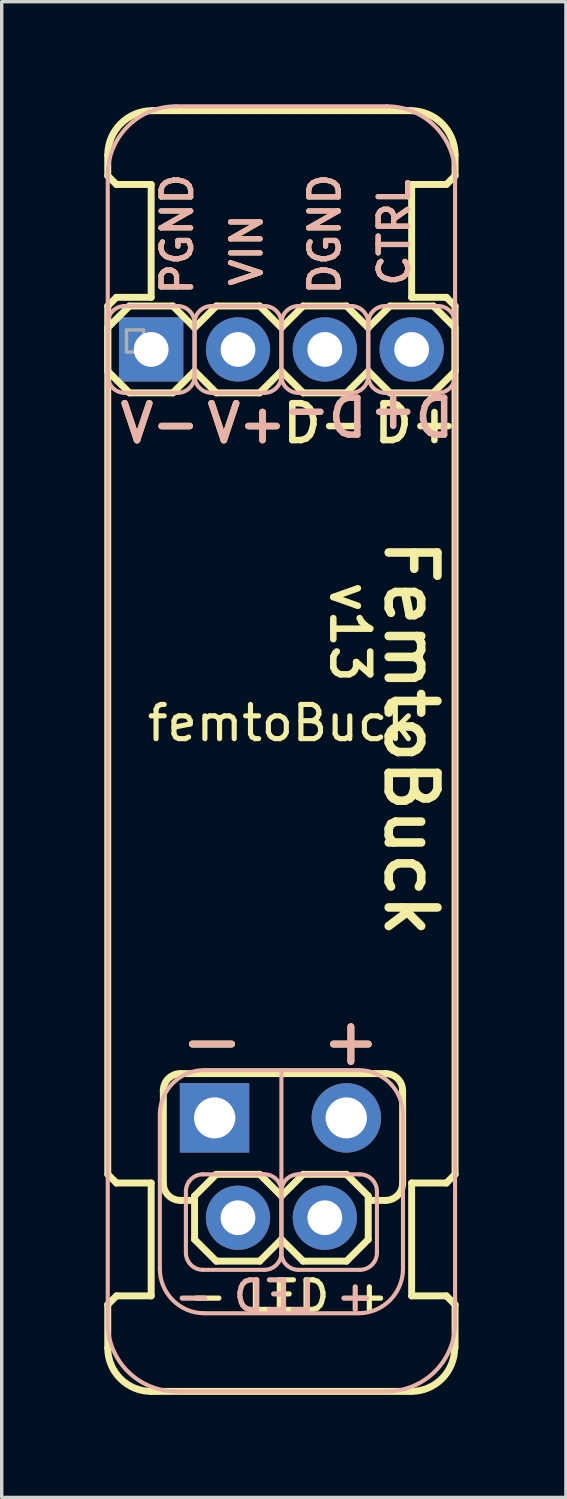
<source format=kicad_pcb>
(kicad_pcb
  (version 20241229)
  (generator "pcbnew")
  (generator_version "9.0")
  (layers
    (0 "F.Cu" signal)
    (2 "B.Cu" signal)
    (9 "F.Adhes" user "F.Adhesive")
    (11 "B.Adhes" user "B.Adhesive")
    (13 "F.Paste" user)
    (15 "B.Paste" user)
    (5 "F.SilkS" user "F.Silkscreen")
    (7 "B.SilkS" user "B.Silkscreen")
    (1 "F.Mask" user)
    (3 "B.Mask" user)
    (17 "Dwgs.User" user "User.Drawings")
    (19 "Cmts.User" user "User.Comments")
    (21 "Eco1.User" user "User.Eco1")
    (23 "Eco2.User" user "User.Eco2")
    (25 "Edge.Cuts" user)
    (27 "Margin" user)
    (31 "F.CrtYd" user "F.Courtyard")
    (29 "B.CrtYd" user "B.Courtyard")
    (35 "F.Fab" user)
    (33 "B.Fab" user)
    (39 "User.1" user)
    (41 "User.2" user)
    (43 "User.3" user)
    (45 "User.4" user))
  (footprint "femtoBuck"
    (layer "F.Cu")
    (at 5.182 18.602)
    (property "Reference" "femtoBuck" (at 0 -0.5 0) (unlocked yes) (layer "F.SilkS") (effects (font (size 1 1) (thickness 0.15))))
    (attr through_hole)
    (fp_line (start -5.08 -16.51) (end -5.08 -17.115) (stroke (width 0.203) (type solid)) (layer "F.SilkS"))
    (fp_line (start -5.08 -12.7) (end -4.826 -12.954) (stroke (width 0.203) (type solid)) (layer "F.SilkS"))
    (fp_line (start -5.08 -12.065) (end -5.08 -10.795) (stroke (width 0.203) (type solid)) (layer "F.SilkS"))
    (fp_line (start -5.08 -10.795) (end -4.445 -10.16) (stroke (width 0.203) (type solid)) (layer "F.SilkS"))
    (fp_line (start -5.08 12.7) (end -5.08 -12.7) (stroke (width 0.203) (type solid)) (layer "F.SilkS"))
    (fp_line (start -5.08 16.51) (end -5.08 17.78) (stroke (width 0.203) (type solid)) (layer "F.SilkS"))
    (fp_line (start -4.826 -16.256) (end -5.08 -16.51) (stroke (width 0.203) (type solid)) (layer "F.SilkS"))
    (fp_line (start -4.826 -12.954) (end -3.81 -12.954) (stroke (width 0.203) (type solid)) (layer "F.SilkS"))
    (fp_line (start -4.826 12.954) (end -5.075 12.705) (stroke (width 0.203) (type solid)) (layer "F.SilkS"))
    (fp_line (start -4.826 16.256) (end -5.08 16.51) (stroke (width 0.203) (type solid)) (layer "F.SilkS"))
    (fp_line (start -4.445 -12.7) (end -5.08 -12.065) (stroke (width 0.203) (type solid)) (layer "F.SilkS"))
    (fp_line (start -4.445 -12.7) (end -3.175 -12.7) (stroke (width 0.203) (type solid)) (layer "F.SilkS"))
    (fp_line (start -3.81 -16.256) (end -4.826 -16.256) (stroke (width 0.203) (type solid)) (layer "F.SilkS"))
    (fp_line (start -3.81 -12.954) (end -3.81 -16.256) (stroke (width 0.203) (type solid)) (layer "F.SilkS"))
    (fp_line (start -3.81 12.954) (end -4.826 12.954) (stroke (width 0.203) (type solid)) (layer "F.SilkS"))
    (fp_line (start -3.81 12.954) (end -3.81 16.256) (stroke (width 0.203) (type solid)) (layer "F.SilkS"))
    (fp_line (start -3.81 16.256) (end -4.826 16.256) (stroke (width 0.203) (type solid)) (layer "F.SilkS"))
    (fp_line (start -3.81 19.05) (end 3.797 19.05) (stroke (width 0.203) (type solid)) (layer "F.SilkS"))
    (fp_line (start -3.78 -18.415) (end 3.78 -18.415) (stroke (width 0.203) (type solid)) (layer "F.SilkS"))
    (fp_line (start -3.454 10.254) (end -3.454 12.962) (stroke (width 0.203) (type solid)) (layer "F.SilkS"))
    (fp_line (start -3.175 -12.7) (end -2.54 -12.065) (stroke (width 0.203) (type solid)) (layer "F.SilkS"))
    (fp_line (start -3.175 -10.16) (end -4.445 -10.16) (stroke (width 0.203) (type solid)) (layer "F.SilkS"))
    (fp_line (start -2.954 9.754) (end 3.046 9.754) (stroke (width 0.203) (type solid)) (layer "F.SilkS"))
    (fp_line (start -2.954 13.462) (end -2.54 13.462) (stroke (width 0.203) (type solid)) (layer "F.SilkS"))
    (fp_line (start -2.603 8.89) (end -1.46 8.89) (stroke (width 0.203) (type solid)) (layer "F.SilkS"))
    (fp_line (start -2.54 -12.065) (end -1.905 -12.7) (stroke (width 0.203) (type solid)) (layer "F.SilkS"))
    (fp_line (start -2.54 -10.795) (end -3.175 -10.16) (stroke (width 0.203) (type solid)) (layer "F.SilkS"))
    (fp_line (start -2.54 13.335) (end -1.905 12.7) (stroke (width 0.203) (type solid)) (layer "F.SilkS"))
    (fp_line (start -2.54 14.605) (end -2.54 13.335) (stroke (width 0.203) (type solid)) (layer "F.SilkS"))
    (fp_line (start -1.905 -12.7) (end -0.635 -12.7) (stroke (width 0.203) (type solid)) (layer "F.SilkS"))
    (fp_line (start -1.905 -10.16) (end -2.54 -10.795) (stroke (width 0.203) (type solid)) (layer "F.SilkS"))
    (fp_line (start -1.905 12.7) (end -0.635 12.7) (stroke (width 0.203) (type solid)) (layer "F.SilkS"))
    (fp_line (start -1.905 15.24) (end -2.54 14.605) (stroke (width 0.203) (type solid)) (layer "F.SilkS"))
    (fp_line (start -0.635 -12.7) (end 0 -12.065) (stroke (width 0.203) (type solid)) (layer "F.SilkS"))
    (fp_line (start -0.635 -10.16) (end -1.905 -10.16) (stroke (width 0.203) (type solid)) (layer "F.SilkS"))
    (fp_line (start -0.635 12.7) (end 0 13.335) (stroke (width 0.203) (type solid)) (layer "F.SilkS"))
    (fp_line (start -0.635 15.24) (end -1.905 15.24) (stroke (width 0.203) (type solid)) (layer "F.SilkS"))
    (fp_line (start 0 -12.065) (end 0.635 -12.7) (stroke (width 0.203) (type solid)) (layer "F.SilkS"))
    (fp_line (start 0 -10.795) (end -0.635 -10.16) (stroke (width 0.203) (type solid)) (layer "F.SilkS"))
    (fp_line (start 0 13.335) (end 0.635 12.7) (stroke (width 0.203) (type solid)) (layer "F.SilkS"))
    (fp_line (start 0 14.605) (end -0.635 15.24) (stroke (width 0.203) (type solid)) (layer "F.SilkS"))
    (fp_line (start 0.635 -12.7) (end 1.905 -12.7) (stroke (width 0.203) (type solid)) (layer "F.SilkS"))
    (fp_line (start 0.635 -10.16) (end 0 -10.795) (stroke (width 0.203) (type solid)) (layer "F.SilkS"))
    (fp_line (start 0.635 12.7) (end 1.905 12.7) (stroke (width 0.203) (type solid)) (layer "F.SilkS"))
    (fp_line (start 0.635 15.24) (end 0 14.605) (stroke (width 0.203) (type solid)) (layer "F.SilkS"))
    (fp_line (start 1.524 8.89) (end 2.54 8.89) (stroke (width 0.203) (type solid)) (layer "F.SilkS"))
    (fp_line (start 1.905 -12.7) (end 2.54 -12.065) (stroke (width 0.203) (type solid)) (layer "F.SilkS"))
    (fp_line (start 1.905 -10.16) (end 0.635 -10.16) (stroke (width 0.203) (type solid)) (layer "F.SilkS"))
    (fp_line (start 1.905 15.24) (end 0.635 15.24) (stroke (width 0.203) (type solid)) (layer "F.SilkS"))
    (fp_line (start 1.905 15.24) (end 2.54 14.605) (stroke (width 0.203) (type solid)) (layer "F.SilkS"))
    (fp_line (start 2.032 8.382) (end 2.032 9.398) (stroke (width 0.203) (type solid)) (layer "F.SilkS"))
    (fp_line (start 2.54 -10.795) (end 1.905 -10.16) (stroke (width 0.203) (type solid)) (layer "F.SilkS"))
    (fp_line (start 2.54 -10.795) (end 3.175 -10.16) (stroke (width 0.203) (type solid)) (layer "F.SilkS"))
    (fp_line (start 2.54 13.335) (end 1.905 12.7) (stroke (width 0.203) (type solid)) (layer "F.SilkS"))
    (fp_line (start 2.54 14.605) (end 2.54 13.335) (stroke (width 0.203) (type solid)) (layer "F.SilkS"))
    (fp_line (start 3.046 13.462) (end 2.54 13.462) (stroke (width 0.203) (type solid)) (layer "F.SilkS"))
    (fp_line (start 3.175 -12.7) (end 2.54 -12.065) (stroke (width 0.203) (type solid)) (layer "F.SilkS"))
    (fp_line (start 3.175 -12.7) (end 4.445 -12.7) (stroke (width 0.203) (type solid)) (layer "F.SilkS"))
    (fp_line (start 3.546 10.254) (end 3.546 12.962) (stroke (width 0.203) (type solid)) (layer "F.SilkS"))
    (fp_line (start 3.81 -16.256) (end 3.81 -12.954) (stroke (width 0.203) (type solid)) (layer "F.SilkS"))
    (fp_line (start 3.81 -12.954) (end 4.826 -12.954) (stroke (width 0.203) (type solid)) (layer "F.SilkS"))
    (fp_line (start 3.81 12.954) (end 3.81 16.256) (stroke (width 0.203) (type solid)) (layer "F.SilkS"))
    (fp_line (start 3.81 16.256) (end 4.826 16.256) (stroke (width 0.203) (type solid)) (layer "F.SilkS"))
    (fp_line (start 4.445 -12.7) (end 5.08 -12.065) (stroke (width 0.203) (type solid)) (layer "F.SilkS"))
    (fp_line (start 4.445 -10.16) (end 3.175 -10.16) (stroke (width 0.203) (type solid)) (layer "F.SilkS"))
    (fp_line (start 4.826 -16.256) (end 3.81 -16.256) (stroke (width 0.203) (type solid)) (layer "F.SilkS"))
    (fp_line (start 4.826 -12.954) (end 5.08 -12.7) (stroke (width 0.203) (type solid)) (layer "F.SilkS"))
    (fp_line (start 4.826 12.954) (end 3.81 12.954) (stroke (width 0.203) (type solid)) (layer "F.SilkS"))
    (fp_line (start 4.826 16.256) (end 5.08 16.51) (stroke (width 0.203) (type solid)) (layer "F.SilkS"))
    (fp_line (start 5.08 -17.115) (end 5.08 -16.51) (stroke (width 0.203) (type solid)) (layer "F.SilkS"))
    (fp_line (start 5.08 -16.51) (end 4.826 -16.256) (stroke (width 0.203) (type solid)) (layer "F.SilkS"))
    (fp_line (start 5.08 -12.7) (end 5.08 12.7) (stroke (width 0.203) (type solid)) (layer "F.SilkS"))
    (fp_line (start 5.08 -12.065) (end 5.08 -10.795) (stroke (width 0.203) (type solid)) (layer "F.SilkS"))
    (fp_line (start 5.08 -10.795) (end 4.445 -10.16) (stroke (width 0.203) (type solid)) (layer "F.SilkS"))
    (fp_line (start 5.08 12.7) (end 4.826 12.954) (stroke (width 0.203) (type solid)) (layer "F.SilkS"))
    (fp_line (start 5.08 16.51) (end 5.08 17.78) (stroke (width 0.203) (type solid)) (layer "F.SilkS"))
    (fp_arc (start -5.08 -17.115) (mid -4.699239 -18.034239) (end -3.78 -18.415) (stroke (width 0.2032) (type default)) (layer "F.SilkS"))
    (fp_arc (start -3.81 19.05) (mid -4.708026 18.678026) (end -5.08 17.78) (stroke (width 0.2032) (type solid)) (layer "F.SilkS"))
    (fp_arc (start -3.4544 10.2536) (mid -3.307953 9.900047) (end -2.9544 9.7536) (stroke (width 0.2032) (type default)) (layer "F.SilkS"))
    (fp_arc (start -2.9544 13.462) (mid -3.307953 13.315553) (end -3.4544 12.962) (stroke (width 0.2032) (type default)) (layer "F.SilkS"))
    (fp_arc (start 3.0456 9.7536) (mid 3.399153 9.900047) (end 3.5456 10.2536) (stroke (width 0.2032) (type default)) (layer "F.SilkS"))
    (fp_arc (start 3.5456 12.962) (mid 3.399153 13.315553) (end 3.0456 13.462) (stroke (width 0.2032) (type default)) (layer "F.SilkS"))
    (fp_arc (start 3.78 -18.415) (mid 4.699239 -18.034239) (end 5.08 -17.115) (stroke (width 0.2032) (type default)) (layer "F.SilkS"))
    (fp_arc (start 5.0675 17.78) (mid 4.695526 18.678026) (end 3.7975 19.05) (stroke (width 0.2032) (type solid)) (layer "F.SilkS"))
    (fp_line (start -5.08 -10.66) (end -5.08 -12.2) (stroke (width 0.12) (type default)) (layer "B.SilkS"))
    (fp_line (start -5.08 17.05) (end -5.08 -16.542) (stroke (width 0.12) (type default)) (layer "B.SilkS"))
    (fp_line (start -4.58 -12.7) (end -3.04 -12.7) (stroke (width 0.12) (type default)) (layer "B.SilkS"))
    (fp_line (start -3.556 15.464) (end -3.556 10.952) (stroke (width 0.12) (type default)) (layer "B.SilkS"))
    (fp_line (start -3.08 -18.542) (end 3.08 -18.542) (stroke (width 0.12) (type default)) (layer "B.SilkS"))
    (fp_line (start -3.04 -10.16) (end -4.58 -10.16) (stroke (width 0.12) (type default)) (layer "B.SilkS"))
    (fp_line (start -2.794 14.994) (end -2.794 13.2) (stroke (width 0.12) (type default)) (layer "B.SilkS"))
    (fp_line (start -2.54 -12.2) (end -2.54 -10.66) (stroke (width 0.12) (type default)) (layer "B.SilkS"))
    (fp_line (start -2.54 -10.66) (end -2.54 -12.2) (stroke (width 0.12) (type default)) (layer "B.SilkS"))
    (fp_line (start -2.294 12.7) (end -0.5 12.7) (stroke (width 0.12) (type default)) (layer "B.SilkS"))
    (fp_line (start -2.256 9.652) (end 2.256 9.652) (stroke (width 0.12) (type default)) (layer "B.SilkS"))
    (fp_line (start -2.04 -12.7) (end -0.5 -12.7) (stroke (width 0.12) (type default)) (layer "B.SilkS"))
    (fp_line (start -1.46 8.89) (end -2.603 8.89) (stroke (width 0.203) (type solid)) (layer "B.SilkS"))
    (fp_line (start -0.5 -10.16) (end -2.04 -10.16) (stroke (width 0.12) (type default)) (layer "B.SilkS"))
    (fp_line (start -0.5 15.494) (end -2.294 15.494) (stroke (width 0.12) (type default)) (layer "B.SilkS"))
    (fp_line (start 0 -12.2) (end 0 -10.66) (stroke (width 0.12) (type default)) (layer "B.SilkS"))
    (fp_line (start 0 -10.66) (end 0 -12.2) (stroke (width 0.12) (type default)) (layer "B.SilkS"))
    (fp_line (start 0 9.652) (end 0 13.208) (stroke (width 0.12) (type default)) (layer "B.SilkS"))
    (fp_line (start 0 13.2) (end 0 14.994) (stroke (width 0.12) (type default)) (layer "B.SilkS"))
    (fp_line (start 0 14.994) (end 0 13.2) (stroke (width 0.12) (type default)) (layer "B.SilkS"))
    (fp_line (start 0.5 -12.7) (end 2.04 -12.7) (stroke (width 0.12) (type default)) (layer "B.SilkS"))
    (fp_line (start 0.5 12.7) (end 2.294 12.7) (stroke (width 0.12) (type default)) (layer "B.SilkS"))
    (fp_line (start 2.032 8.382) (end 2.032 9.398) (stroke (width 0.203) (type solid)) (layer "B.SilkS"))
    (fp_line (start 2.04 -10.16) (end 0.5 -10.16) (stroke (width 0.12) (type default)) (layer "B.SilkS"))
    (fp_line (start 2.256 16.764) (end -2.256 16.764) (stroke (width 0.12) (type default)) (layer "B.SilkS"))
    (fp_line (start 2.294 15.494) (end 0.5 15.494) (stroke (width 0.12) (type default)) (layer "B.SilkS"))
    (fp_line (start 2.54 -12.2) (end 2.54 -10.66) (stroke (width 0.12) (type default)) (layer "B.SilkS"))
    (fp_line (start 2.54 -10.66) (end 2.54 -12.2) (stroke (width 0.12) (type default)) (layer "B.SilkS"))
    (fp_line (start 2.54 8.89) (end 1.524 8.89) (stroke (width 0.203) (type solid)) (layer "B.SilkS"))
    (fp_line (start 2.794 13.2) (end 2.794 14.994) (stroke (width 0.12) (type default)) (layer "B.SilkS"))
    (fp_line (start 3.04 -12.7) (end 4.58 -12.7) (stroke (width 0.12) (type default)) (layer "B.SilkS"))
    (fp_line (start 3.08 19.05) (end -3.08 19.05) (stroke (width 0.12) (type default)) (layer "B.SilkS"))
    (fp_line (start 3.556 10.952) (end 3.556 15.464) (stroke (width 0.12) (type default)) (layer "B.SilkS"))
    (fp_line (start 4.58 -10.16) (end 3.04 -10.16) (stroke (width 0.12) (type default)) (layer "B.SilkS"))
    (fp_line (start 5.08 -16.542) (end 5.08 17.05) (stroke (width 0.12) (type default)) (layer "B.SilkS"))
    (fp_line (start 5.08 -12.2) (end 5.08 -10.66) (stroke (width 0.12) (type default)) (layer "B.SilkS"))
    (fp_arc (start -5.08 -16.542) (mid -4.494214 -17.956214) (end -3.08 -18.542) (stroke (width 0.12) (type default)) (layer "B.SilkS"))
    (fp_arc (start -5.08 -12.2) (mid -4.933553 -12.553553) (end -4.58 -12.7) (stroke (width 0.12) (type default)) (layer "B.SilkS"))
    (fp_arc (start -4.58 -10.16) (mid -4.933553 -10.306447) (end -5.08 -10.66) (stroke (width 0.12) (type default)) (layer "B.SilkS"))
    (fp_arc (start -3.556 10.952) (mid -3.175239 10.032761) (end -2.256 9.652) (stroke (width 0.12) (type default)) (layer "B.SilkS"))
    (fp_arc (start -3.08 19.05) (mid -4.494214 18.464214) (end -5.08 17.05) (stroke (width 0.12) (type default)) (layer "B.SilkS"))
    (fp_arc (start -3.04 -12.7) (mid -2.686447 -12.553553) (end -2.54 -12.2) (stroke (width 0.12) (type default)) (layer "B.SilkS"))
    (fp_arc (start -2.794 13.2) (mid -2.647553 12.846447) (end -2.294 12.7) (stroke (width 0.12) (type default)) (layer "B.SilkS"))
    (fp_arc (start -2.54 -12.2) (mid -2.393553 -12.553553) (end -2.04 -12.7) (stroke (width 0.12) (type default)) (layer "B.SilkS"))
    (fp_arc (start -2.54 -10.66) (mid -2.686447 -10.306447) (end -3.04 -10.16) (stroke (width 0.12) (type default)) (layer "B.SilkS"))
    (fp_arc (start -2.294 15.494) (mid -2.647553 15.347553) (end -2.794 14.994) (stroke (width 0.12) (type default)) (layer "B.SilkS"))
    (fp_arc (start -2.256 16.764) (mid -3.175239 16.383239) (end -3.556 15.464) (stroke (width 0.12) (type default)) (layer "B.SilkS"))
    (fp_arc (start -2.04 -10.16) (mid -2.393553 -10.306447) (end -2.54 -10.66) (stroke (width 0.12) (type default)) (layer "B.SilkS"))
    (fp_arc (start -0.5 -12.7) (mid -0.146447 -12.553553) (end 0 -12.2) (stroke (width 0.12) (type default)) (layer "B.SilkS"))
    (fp_arc (start -0.5 12.7) (mid -0.146447 12.846447) (end 0 13.2) (stroke (width 0.12) (type default)) (layer "B.SilkS"))
    (fp_arc (start 0 -12.2) (mid 0.146447 -12.553553) (end 0.5 -12.7) (stroke (width 0.12) (type default)) (layer "B.SilkS"))
    (fp_arc (start 0 -10.66) (mid -0.146447 -10.306447) (end -0.5 -10.16) (stroke (width 0.12) (type default)) (layer "B.SilkS"))
    (fp_arc (start 0 13.2) (mid 0.146447 12.846447) (end 0.5 12.7) (stroke (width 0.12) (type default)) (layer "B.SilkS"))
    (fp_arc (start 0 14.994) (mid -0.146447 15.347553) (end -0.5 15.494) (stroke (width 0.12) (type default)) (layer "B.SilkS"))
    (fp_arc (start 0.5 -10.16) (mid 0.146447 -10.306447) (end 0 -10.66) (stroke (width 0.12) (type default)) (layer "B.SilkS"))
    (fp_arc (start 0.5 15.494) (mid 0.146447 15.347553) (end 0 14.994) (stroke (width 0.12) (type default)) (layer "B.SilkS"))
    (fp_arc (start 2.04 -12.7) (mid 2.393553 -12.553553) (end 2.54 -12.2) (stroke (width 0.12) (type default)) (layer "B.SilkS"))
    (fp_arc (start 2.256 9.652) (mid 3.175239 10.032761) (end 3.556 10.952) (stroke (width 0.12) (type default)) (layer "B.SilkS"))
    (fp_arc (start 2.294 12.7) (mid 2.647553 12.846447) (end 2.794 13.2) (stroke (width 0.12) (type default)) (layer "B.SilkS"))
    (fp_arc (start 2.54 -12.2) (mid 2.686447 -12.553553) (end 3.04 -12.7) (stroke (width 0.12) (type default)) (layer "B.SilkS"))
    (fp_arc (start 2.54 -10.66) (mid 2.393553 -10.306447) (end 2.04 -10.16) (stroke (width 0.12) (type default)) (layer "B.SilkS"))
    (fp_arc (start 2.794 14.994) (mid 2.647553 15.347553) (end 2.294 15.494) (stroke (width 0.12) (type default)) (layer "B.SilkS"))
    (fp_arc (start 3.04 -10.16) (mid 2.686447 -10.306447) (end 2.54 -10.66) (stroke (width 0.12) (type default)) (layer "B.SilkS"))
    (fp_arc (start 3.08 -18.542) (mid 4.494214 -17.956214) (end 5.08 -16.542) (stroke (width 0.12) (type default)) (layer "B.SilkS"))
    (fp_arc (start 3.556 15.464) (mid 3.175239 16.383239) (end 2.256 16.764) (stroke (width 0.12) (type default)) (layer "B.SilkS"))
    (fp_arc (start 4.58 -12.7) (mid 4.933553 -12.553553) (end 5.08 -12.2) (stroke (width 0.12) (type default)) (layer "B.SilkS"))
    (fp_arc (start 5.08 -10.66) (mid 4.933553 -10.306447) (end 4.58 -10.16) (stroke (width 0.12) (type default)) (layer "B.SilkS"))
    (fp_arc (start 5.08 17.05) (mid 4.494214 18.464214) (end 3.08 19.05) (stroke (width 0.12) (type default)) (layer "B.SilkS"))
    (fp_circle (center -1.778 11.049) (end -1.346 11.049) (stroke (width 0.025) (type solid)) (fill no) (layer "F.Fab"))
    (fp_circle (center 1.722 11.049) (end 2.154 11.049) (stroke (width 0.025) (type solid)) (fill no) (layer "F.Fab"))
    (fp_poly (pts (xy -4.532 -11.352) (xy -4.032 -11.352) (xy -4.032 -12.002) (xy -4.532 -12.002)) (stroke (width 0.1) (type default)) (fill no) (layer "F.Fab"))
    (fp_text user "VIN" (at -1.016 -13.208 90) (unlocked yes) (layer "F.SilkS") (effects (font (size 0.864 0.864) (thickness 0.152)) (justify left)))
    (fp_text user "FemtoBuck" (at 3.785 -5.994 270) (unlocked yes) (layer "F.SilkS") (effects (font (size 1.425 1.425) (thickness 0.251)) (justify left)))
    (fp_text user "PGND" (at -3.048 -12.954 90) (unlocked yes) (layer "F.SilkS") (effects (font (size 0.864 0.864) (thickness 0.152)) (justify left)))
    (fp_text user "DGND" (at 1.27 -12.954 90) (unlocked yes) (layer "F.SilkS") (effects (font (size 0.864 0.864) (thickness 0.152)) (justify left)))
    (fp_text user "v13" (at 2.007 -4.724 270) (unlocked yes) (layer "F.SilkS") (effects (font (size 1.079 1.079) (thickness 0.191)) (justify left)))
    (fp_text user "V+" (at -1.016 -8.636 0) (unlocked yes) (layer "F.SilkS") (effects (font (size 1.079 1.079) (thickness 0.191)) (justify bottom)))
    (fp_text user "CTRL" (at 3.302 -13.208 90) (unlocked yes) (layer "F.SilkS") (effects (font (size 0.864 0.864) (thickness 0.152)) (justify left)))
    (fp_text user "V-" (at -3.556 -8.636 0) (unlocked yes) (layer "F.SilkS") (effects (font (size 1.079 1.079) (thickness 0.191)) (justify bottom)))
    (fp_text user "D+" (at 3.937 -8.636 0) (unlocked yes) (layer "F.SilkS") (effects (font (size 1.079 1.079) (thickness 0.191)) (justify bottom)))
    (fp_text user "- LED +" (at -2.794 16.764 0) (unlocked yes) (layer "F.SilkS") (effects (font (size 0.864 0.864) (thickness 0.152)) (justify left bottom)))
    (fp_text user "D-" (at 1.27 -8.636 0) (unlocked yes) (layer "F.SilkS") (effects (font (size 1.079 1.079) (thickness 0.191)) (justify bottom)))
    (fp_text user "D+" (at 3.81 -10.16 180) (unlocked yes) (layer "B.SilkS") (effects (font (size 1.079 1.079) (thickness 0.191)) (justify bottom)))
    (fp_text user "V-" (at -3.556 -8.636 0) (unlocked yes) (layer "B.SilkS") (effects (font (size 1.079 1.079) (thickness 0.191)) (justify bottom)))
    (fp_text user "DGND" (at 1.27 -12.954 90) (unlocked yes) (layer "B.SilkS") (effects (font (size 0.864 0.864) (thickness 0.152)) (justify left)))
    (fp_text user "V+" (at -1.016 -8.636 0) (unlocked yes) (layer "B.SilkS") (effects (font (size 1.079 1.079) (thickness 0.191)) (justify bottom)))
    (fp_text user "+ LED -" (at 2.794 16.764 0) (unlocked yes) (layer "B.SilkS") (effects (font (size 0.864 0.864) (thickness 0.152)) (justify left bottom mirror)))
    (fp_text user "D-" (at 1.27 -10.16 180) (unlocked yes) (layer "B.SilkS") (effects (font (size 1.079 1.079) (thickness 0.191)) (justify bottom)))
    (fp_text user "VIN" (at -1.016 -13.208 90) (unlocked yes) (layer "B.SilkS") (effects (font (size 0.864 0.864) (thickness 0.152)) (justify left)))
    (fp_text user "PGND" (at -3.048 -12.954 90) (unlocked yes) (layer "B.SilkS") (effects (font (size 0.864 0.864) (thickness 0.152)) (justify left)))
    (fp_text user "CTRL" (at 3.302 -13.208 90) (unlocked yes) (layer "B.SilkS") (effects (font (size 0.864 0.864) (thickness 0.152)) (justify left)))
    (pad "1" thru_hole rect (at -3.81 -11.43 90) (size 1.88 1.88) (drill 1.016) (layers "*.Cu" "*.Mask"))
    (pad "2" thru_hole circle (at -1.27 -11.43 90) (size 1.88 1.88) (drill 1.016) (layers "*.Cu" "*.Mask"))
    (pad "3" thru_hole circle (at 1.27 -11.43 90) (size 1.88 1.88) (drill 1.016) (layers "*.Cu" "*.Mask"))
    (pad "4" thru_hole circle (at 3.81 -11.43 90) (size 1.88 1.88) (drill 1.016) (layers "*.Cu" "*.Mask"))
    (pad "5" thru_hole rect (at -1.956 11.049) (size 2.032 2.032) (drill 1.2) (layers "*.Cu" "*.Mask"))
    (pad "5" thru_hole circle (at -1.27 13.97 270) (size 1.88 1.88) (drill 1.016) (layers "*.Cu" "*.Mask"))
    (pad "6" thru_hole circle (at 1.27 13.97 270) (size 1.88 1.88) (drill 1.016) (layers "*.Cu" "*.Mask"))
    (pad "6" thru_hole circle (at 1.9 11.049) (size 2.032 2.032) (drill 1.2) (layers "*.Cu" "*.Mask")))
  (gr_rect
    (start -3 -3)
    (end 13.504 40.754)
    (stroke (width 0.1) (type default))
    (fill no)
    (layer "Edge.Cuts")))
</source>
